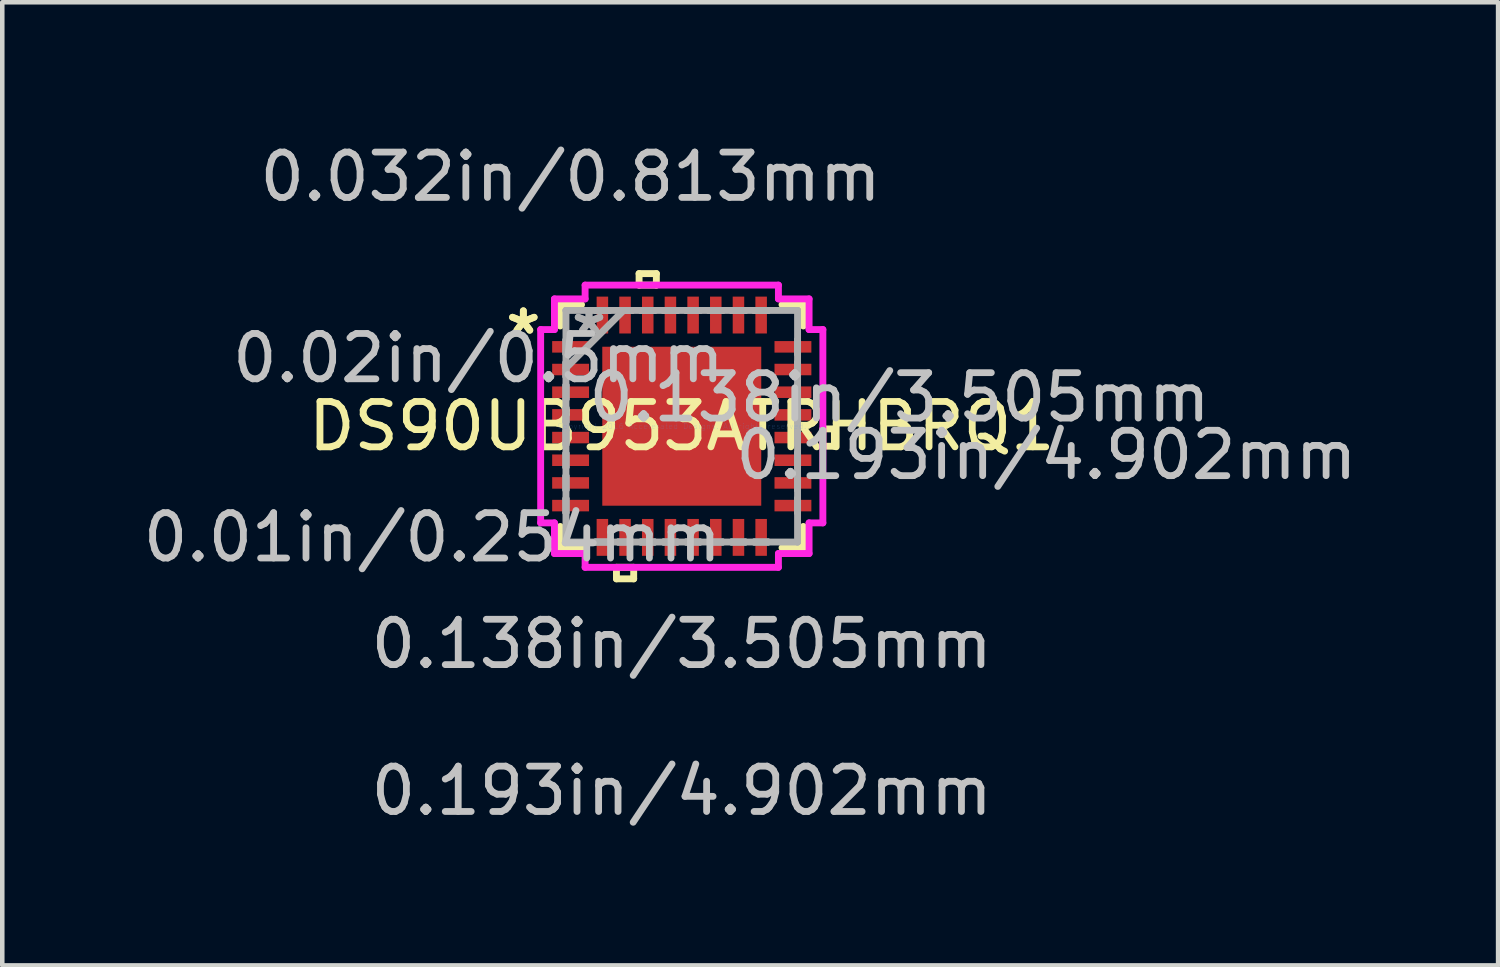
<source format=kicad_pcb>
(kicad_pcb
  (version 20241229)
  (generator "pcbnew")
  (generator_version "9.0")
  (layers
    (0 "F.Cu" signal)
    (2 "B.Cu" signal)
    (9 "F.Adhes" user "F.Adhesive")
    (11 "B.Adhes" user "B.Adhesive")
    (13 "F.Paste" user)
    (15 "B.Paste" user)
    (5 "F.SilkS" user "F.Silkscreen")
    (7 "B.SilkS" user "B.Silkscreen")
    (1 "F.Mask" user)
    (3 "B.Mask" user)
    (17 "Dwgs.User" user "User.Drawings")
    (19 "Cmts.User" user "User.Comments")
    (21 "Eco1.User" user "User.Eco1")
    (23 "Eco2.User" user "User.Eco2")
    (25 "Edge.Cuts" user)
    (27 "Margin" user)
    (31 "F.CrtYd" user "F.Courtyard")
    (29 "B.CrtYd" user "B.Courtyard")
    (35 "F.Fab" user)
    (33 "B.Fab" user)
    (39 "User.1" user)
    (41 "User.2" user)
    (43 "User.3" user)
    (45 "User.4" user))
  (footprint "DS90UB953ATRHBRQ1"
    (layer "F.Cu")
    (at 11.981 6.347)
    (property "Reference" "DS90UB953ATRHBRQ1" (at 0 0 0) (layer "F.SilkS") (effects (font (size 1 1) (thickness 0.15))))
    (attr through_hole)
    (fp_line (start -2.68 -2.68) (end -2.68 -2.21) (stroke (width 0.152) (type solid)) (layer "F.SilkS"))
    (fp_line (start -2.68 2.21) (end -2.68 2.68) (stroke (width 0.152) (type solid)) (layer "F.SilkS"))
    (fp_line (start -2.68 2.68) (end -2.21 2.68) (stroke (width 0.152) (type solid)) (layer "F.SilkS"))
    (fp_line (start -2.21 -2.68) (end -2.68 -2.68) (stroke (width 0.152) (type solid)) (layer "F.SilkS"))
    (fp_line (start -1.44 3.111) (end -1.44 3.365) (stroke (width 0.152) (type solid)) (layer "F.SilkS"))
    (fp_line (start -1.44 3.365) (end -1.06 3.365) (stroke (width 0.152) (type solid)) (layer "F.SilkS"))
    (fp_line (start -1.06 3.111) (end -1.44 3.111) (stroke (width 0.152) (type solid)) (layer "F.SilkS"))
    (fp_line (start -1.06 3.365) (end -1.06 3.111) (stroke (width 0.152) (type solid)) (layer "F.SilkS"))
    (fp_line (start -0.941 -3.365) (end -0.56 -3.365) (stroke (width 0.152) (type solid)) (layer "F.SilkS"))
    (fp_line (start -0.941 -3.111) (end -0.941 -3.365) (stroke (width 0.152) (type solid)) (layer "F.SilkS"))
    (fp_line (start -0.56 -3.365) (end -0.56 -3.111) (stroke (width 0.152) (type solid)) (layer "F.SilkS"))
    (fp_line (start -0.56 -3.111) (end -0.941 -3.111) (stroke (width 0.152) (type solid)) (layer "F.SilkS"))
    (fp_line (start 2.21 2.68) (end 2.68 2.68) (stroke (width 0.152) (type solid)) (layer "F.SilkS"))
    (fp_line (start 2.68 -2.68) (end 2.21 -2.68) (stroke (width 0.152) (type solid)) (layer "F.SilkS"))
    (fp_line (start 2.68 -2.21) (end 2.68 -2.68) (stroke (width 0.152) (type solid)) (layer "F.SilkS"))
    (fp_line (start 2.68 2.68) (end 2.68 2.21) (stroke (width 0.152) (type solid)) (layer "F.SilkS"))
    (fp_line (start 3.111 0.059) (end 3.365 0.059) (stroke (width 0.152) (type solid)) (layer "F.SilkS"))
    (fp_line (start 3.111 0.441) (end 3.111 0.059) (stroke (width 0.152) (type solid)) (layer "F.SilkS"))
    (fp_line (start 3.365 0.059) (end 3.365 0.441) (stroke (width 0.152) (type solid)) (layer "F.SilkS"))
    (fp_line (start 3.365 0.441) (end 3.111 0.441) (stroke (width 0.152) (type solid)) (layer "F.SilkS"))
    (fp_line (start -1.653 -1.653) (end -1.653 -0.1) (stroke (width 0.152) (type solid)) (layer "F.Paste"))
    (fp_line (start -1.653 -0.1) (end -0.1 -0.1) (stroke (width 0.152) (type solid)) (layer "F.Paste"))
    (fp_line (start -1.653 0.1) (end -1.653 1.653) (stroke (width 0.152) (type solid)) (layer "F.Paste"))
    (fp_line (start -1.653 1.653) (end -0.1 1.653) (stroke (width 0.152) (type solid)) (layer "F.Paste"))
    (fp_line (start -0.1 -1.653) (end -1.653 -1.653) (stroke (width 0.152) (type solid)) (layer "F.Paste"))
    (fp_line (start -0.1 -0.1) (end -0.1 -1.653) (stroke (width 0.152) (type solid)) (layer "F.Paste"))
    (fp_line (start -0.1 0.1) (end -1.653 0.1) (stroke (width 0.152) (type solid)) (layer "F.Paste"))
    (fp_line (start -0.1 1.653) (end -0.1 0.1) (stroke (width 0.152) (type solid)) (layer "F.Paste"))
    (fp_line (start 0.1 -1.653) (end 0.1 -0.1) (stroke (width 0.152) (type solid)) (layer "F.Paste"))
    (fp_line (start 0.1 -0.1) (end 1.653 -0.1) (stroke (width 0.152) (type solid)) (layer "F.Paste"))
    (fp_line (start 0.1 0.1) (end 0.1 1.653) (stroke (width 0.152) (type solid)) (layer "F.Paste"))
    (fp_line (start 0.1 1.653) (end 1.653 1.653) (stroke (width 0.152) (type solid)) (layer "F.Paste"))
    (fp_line (start 1.653 -1.653) (end 0.1 -1.653) (stroke (width 0.152) (type solid)) (layer "F.Paste"))
    (fp_line (start 1.653 -0.1) (end 1.653 -1.653) (stroke (width 0.152) (type solid)) (layer "F.Paste"))
    (fp_line (start 1.653 0.1) (end 0.1 0.1) (stroke (width 0.152) (type solid)) (layer "F.Paste"))
    (fp_line (start 1.653 1.653) (end 1.653 0.1) (stroke (width 0.152) (type solid)) (layer "F.Paste"))
    (fp_line (start -3.111 -2.131) (end -2.807 -2.131) (stroke (width 0.152) (type solid)) (layer "F.CrtYd"))
    (fp_line (start -3.111 2.131) (end -3.111 -2.131) (stroke (width 0.152) (type solid)) (layer "F.CrtYd"))
    (fp_line (start -2.807 -2.807) (end -2.131 -2.807) (stroke (width 0.152) (type solid)) (layer "F.CrtYd"))
    (fp_line (start -2.807 -2.131) (end -2.807 -2.807) (stroke (width 0.152) (type solid)) (layer "F.CrtYd"))
    (fp_line (start -2.807 2.131) (end -3.111 2.131) (stroke (width 0.152) (type solid)) (layer "F.CrtYd"))
    (fp_line (start -2.807 2.807) (end -2.807 2.131) (stroke (width 0.152) (type solid)) (layer "F.CrtYd"))
    (fp_line (start -2.131 -3.111) (end 2.131 -3.111) (stroke (width 0.152) (type solid)) (layer "F.CrtYd"))
    (fp_line (start -2.131 -2.807) (end -2.131 -3.111) (stroke (width 0.152) (type solid)) (layer "F.CrtYd"))
    (fp_line (start -2.131 2.807) (end -2.807 2.807) (stroke (width 0.152) (type solid)) (layer "F.CrtYd"))
    (fp_line (start -2.131 3.111) (end -2.131 2.807) (stroke (width 0.152) (type solid)) (layer "F.CrtYd"))
    (fp_line (start 2.131 -3.111) (end 2.131 -2.807) (stroke (width 0.152) (type solid)) (layer "F.CrtYd"))
    (fp_line (start 2.131 -2.807) (end 2.807 -2.807) (stroke (width 0.152) (type solid)) (layer "F.CrtYd"))
    (fp_line (start 2.131 2.807) (end 2.131 3.111) (stroke (width 0.152) (type solid)) (layer "F.CrtYd"))
    (fp_line (start 2.131 3.111) (end -2.131 3.111) (stroke (width 0.152) (type solid)) (layer "F.CrtYd"))
    (fp_line (start 2.807 -2.807) (end 2.807 -2.131) (stroke (width 0.152) (type solid)) (layer "F.CrtYd"))
    (fp_line (start 2.807 -2.131) (end 3.111 -2.131) (stroke (width 0.152) (type solid)) (layer "F.CrtYd"))
    (fp_line (start 2.807 2.131) (end 2.807 2.807) (stroke (width 0.152) (type solid)) (layer "F.CrtYd"))
    (fp_line (start 2.807 2.807) (end 2.131 2.807) (stroke (width 0.152) (type solid)) (layer "F.CrtYd"))
    (fp_line (start 3.111 -2.131) (end 3.111 2.131) (stroke (width 0.152) (type solid)) (layer "F.CrtYd"))
    (fp_line (start 3.111 2.131) (end 2.807 2.131) (stroke (width 0.152) (type solid)) (layer "F.CrtYd"))
    (fp_line (start -2.553 -2.553) (end -2.553 -2.553) (stroke (width 0.152) (type solid)) (layer "F.Fab"))
    (fp_line (start -2.553 -2.553) (end -2.553 2.553) (stroke (width 0.152) (type solid)) (layer "F.Fab"))
    (fp_line (start -2.553 -1.902) (end -2.553 -1.902) (stroke (width 0.152) (type solid)) (layer "F.Fab"))
    (fp_line (start -2.553 -1.902) (end -2.553 -1.598) (stroke (width 0.152) (type solid)) (layer "F.Fab"))
    (fp_line (start -2.553 -1.598) (end -2.553 -1.902) (stroke (width 0.152) (type solid)) (layer "F.Fab"))
    (fp_line (start -2.553 -1.598) (end -2.553 -1.598) (stroke (width 0.152) (type solid)) (layer "F.Fab"))
    (fp_line (start -2.553 -1.402) (end -2.553 -1.402) (stroke (width 0.152) (type solid)) (layer "F.Fab"))
    (fp_line (start -2.553 -1.402) (end -2.553 -1.098) (stroke (width 0.152) (type solid)) (layer "F.Fab"))
    (fp_line (start -2.553 -1.283) (end -1.283 -2.553) (stroke (width 0.152) (type solid)) (layer "F.Fab"))
    (fp_line (start -2.553 -1.098) (end -2.553 -1.402) (stroke (width 0.152) (type solid)) (layer "F.Fab"))
    (fp_line (start -2.553 -1.098) (end -2.553 -1.098) (stroke (width 0.152) (type solid)) (layer "F.Fab"))
    (fp_line (start -2.553 -0.902) (end -2.553 -0.902) (stroke (width 0.152) (type solid)) (layer "F.Fab"))
    (fp_line (start -2.553 -0.902) (end -2.553 -0.598) (stroke (width 0.152) (type solid)) (layer "F.Fab"))
    (fp_line (start -2.553 -0.598) (end -2.553 -0.902) (stroke (width 0.152) (type solid)) (layer "F.Fab"))
    (fp_line (start -2.553 -0.598) (end -2.553 -0.598) (stroke (width 0.152) (type solid)) (layer "F.Fab"))
    (fp_line (start -2.553 -0.402) (end -2.553 -0.402) (stroke (width 0.152) (type solid)) (layer "F.Fab"))
    (fp_line (start -2.553 -0.402) (end -2.553 -0.098) (stroke (width 0.152) (type solid)) (layer "F.Fab"))
    (fp_line (start -2.553 -0.098) (end -2.553 -0.402) (stroke (width 0.152) (type solid)) (layer "F.Fab"))
    (fp_line (start -2.553 -0.098) (end -2.553 -0.098) (stroke (width 0.152) (type solid)) (layer "F.Fab"))
    (fp_line (start -2.553 0.098) (end -2.553 0.098) (stroke (width 0.152) (type solid)) (layer "F.Fab"))
    (fp_line (start -2.553 0.098) (end -2.553 0.402) (stroke (width 0.152) (type solid)) (layer "F.Fab"))
    (fp_line (start -2.553 0.402) (end -2.553 0.098) (stroke (width 0.152) (type solid)) (layer "F.Fab"))
    (fp_line (start -2.553 0.402) (end -2.553 0.402) (stroke (width 0.152) (type solid)) (layer "F.Fab"))
    (fp_line (start -2.553 0.598) (end -2.553 0.598) (stroke (width 0.152) (type solid)) (layer "F.Fab"))
    (fp_line (start -2.553 0.598) (end -2.553 0.902) (stroke (width 0.152) (type solid)) (layer "F.Fab"))
    (fp_line (start -2.553 0.902) (end -2.553 0.598) (stroke (width 0.152) (type solid)) (layer "F.Fab"))
    (fp_line (start -2.553 0.902) (end -2.553 0.902) (stroke (width 0.152) (type solid)) (layer "F.Fab"))
    (fp_line (start -2.553 1.098) (end -2.553 1.098) (stroke (width 0.152) (type solid)) (layer "F.Fab"))
    (fp_line (start -2.553 1.098) (end -2.553 1.402) (stroke (width 0.152) (type solid)) (layer "F.Fab"))
    (fp_line (start -2.553 1.402) (end -2.553 1.098) (stroke (width 0.152) (type solid)) (layer "F.Fab"))
    (fp_line (start -2.553 1.402) (end -2.553 1.402) (stroke (width 0.152) (type solid)) (layer "F.Fab"))
    (fp_line (start -2.553 1.598) (end -2.553 1.598) (stroke (width 0.152) (type solid)) (layer "F.Fab"))
    (fp_line (start -2.553 1.598) (end -2.553 1.902) (stroke (width 0.152) (type solid)) (layer "F.Fab"))
    (fp_line (start -2.553 1.902) (end -2.553 1.598) (stroke (width 0.152) (type solid)) (layer "F.Fab"))
    (fp_line (start -2.553 1.902) (end -2.553 1.902) (stroke (width 0.152) (type solid)) (layer "F.Fab"))
    (fp_line (start -2.553 2.553) (end -2.553 2.553) (stroke (width 0.152) (type solid)) (layer "F.Fab"))
    (fp_line (start -2.553 2.553) (end 2.553 2.553) (stroke (width 0.152) (type solid)) (layer "F.Fab"))
    (fp_line (start -1.902 -2.553) (end -1.902 -2.553) (stroke (width 0.152) (type solid)) (layer "F.Fab"))
    (fp_line (start -1.902 -2.553) (end -1.598 -2.553) (stroke (width 0.152) (type solid)) (layer "F.Fab"))
    (fp_line (start -1.902 2.553) (end -1.902 2.553) (stroke (width 0.152) (type solid)) (layer "F.Fab"))
    (fp_line (start -1.902 2.553) (end -1.598 2.553) (stroke (width 0.152) (type solid)) (layer "F.Fab"))
    (fp_line (start -1.598 -2.553) (end -1.902 -2.553) (stroke (width 0.152) (type solid)) (layer "F.Fab"))
    (fp_line (start -1.598 -2.553) (end -1.598 -2.553) (stroke (width 0.152) (type solid)) (layer "F.Fab"))
    (fp_line (start -1.598 2.553) (end -1.902 2.553) (stroke (width 0.152) (type solid)) (layer "F.Fab"))
    (fp_line (start -1.598 2.553) (end -1.598 2.553) (stroke (width 0.152) (type solid)) (layer "F.Fab"))
    (fp_line (start -1.402 -2.553) (end -1.402 -2.553) (stroke (width 0.152) (type solid)) (layer "F.Fab"))
    (fp_line (start -1.402 -2.553) (end -1.098 -2.553) (stroke (width 0.152) (type solid)) (layer "F.Fab"))
    (fp_line (start -1.402 2.553) (end -1.402 2.553) (stroke (width 0.152) (type solid)) (layer "F.Fab"))
    (fp_line (start -1.402 2.553) (end -1.098 2.553) (stroke (width 0.152) (type solid)) (layer "F.Fab"))
    (fp_line (start -1.098 -2.553) (end -1.402 -2.553) (stroke (width 0.152) (type solid)) (layer "F.Fab"))
    (fp_line (start -1.098 -2.553) (end -1.098 -2.553) (stroke (width 0.152) (type solid)) (layer "F.Fab"))
    (fp_line (start -1.098 2.553) (end -1.402 2.553) (stroke (width 0.152) (type solid)) (layer "F.Fab"))
    (fp_line (start -1.098 2.553) (end -1.098 2.553) (stroke (width 0.152) (type solid)) (layer "F.Fab"))
    (fp_line (start -0.902 -2.553) (end -0.902 -2.553) (stroke (width 0.152) (type solid)) (layer "F.Fab"))
    (fp_line (start -0.902 -2.553) (end -0.598 -2.553) (stroke (width 0.152) (type solid)) (layer "F.Fab"))
    (fp_line (start -0.902 2.553) (end -0.902 2.553) (stroke (width 0.152) (type solid)) (layer "F.Fab"))
    (fp_line (start -0.902 2.553) (end -0.598 2.553) (stroke (width 0.152) (type solid)) (layer "F.Fab"))
    (fp_line (start -0.598 -2.553) (end -0.902 -2.553) (stroke (width 0.152) (type solid)) (layer "F.Fab"))
    (fp_line (start -0.598 -2.553) (end -0.598 -2.553) (stroke (width 0.152) (type solid)) (layer "F.Fab"))
    (fp_line (start -0.598 2.553) (end -0.902 2.553) (stroke (width 0.152) (type solid)) (layer "F.Fab"))
    (fp_line (start -0.598 2.553) (end -0.598 2.553) (stroke (width 0.152) (type solid)) (layer "F.Fab"))
    (fp_line (start -0.402 -2.553) (end -0.402 -2.553) (stroke (width 0.152) (type solid)) (layer "F.Fab"))
    (fp_line (start -0.402 -2.553) (end -0.098 -2.553) (stroke (width 0.152) (type solid)) (layer "F.Fab"))
    (fp_line (start -0.402 2.553) (end -0.402 2.553) (stroke (width 0.152) (type solid)) (layer "F.Fab"))
    (fp_line (start -0.402 2.553) (end -0.098 2.553) (stroke (width 0.152) (type solid)) (layer "F.Fab"))
    (fp_line (start -0.098 -2.553) (end -0.402 -2.553) (stroke (width 0.152) (type solid)) (layer "F.Fab"))
    (fp_line (start -0.098 -2.553) (end -0.098 -2.553) (stroke (width 0.152) (type solid)) (layer "F.Fab"))
    (fp_line (start -0.098 2.553) (end -0.402 2.553) (stroke (width 0.152) (type solid)) (layer "F.Fab"))
    (fp_line (start -0.098 2.553) (end -0.098 2.553) (stroke (width 0.152) (type solid)) (layer "F.Fab"))
    (fp_line (start 0.098 -2.553) (end 0.098 -2.553) (stroke (width 0.152) (type solid)) (layer "F.Fab"))
    (fp_line (start 0.098 -2.553) (end 0.402 -2.553) (stroke (width 0.152) (type solid)) (layer "F.Fab"))
    (fp_line (start 0.098 2.553) (end 0.098 2.553) (stroke (width 0.152) (type solid)) (layer "F.Fab"))
    (fp_line (start 0.098 2.553) (end 0.402 2.553) (stroke (width 0.152) (type solid)) (layer "F.Fab"))
    (fp_line (start 0.402 -2.553) (end 0.098 -2.553) (stroke (width 0.152) (type solid)) (layer "F.Fab"))
    (fp_line (start 0.402 -2.553) (end 0.402 -2.553) (stroke (width 0.152) (type solid)) (layer "F.Fab"))
    (fp_line (start 0.402 2.553) (end 0.098 2.553) (stroke (width 0.152) (type solid)) (layer "F.Fab"))
    (fp_line (start 0.402 2.553) (end 0.402 2.553) (stroke (width 0.152) (type solid)) (layer "F.Fab"))
    (fp_line (start 0.598 -2.553) (end 0.598 -2.553) (stroke (width 0.152) (type solid)) (layer "F.Fab"))
    (fp_line (start 0.598 -2.553) (end 0.902 -2.553) (stroke (width 0.152) (type solid)) (layer "F.Fab"))
    (fp_line (start 0.598 2.553) (end 0.598 2.553) (stroke (width 0.152) (type solid)) (layer "F.Fab"))
    (fp_line (start 0.598 2.553) (end 0.902 2.553) (stroke (width 0.152) (type solid)) (layer "F.Fab"))
    (fp_line (start 0.902 -2.553) (end 0.598 -2.553) (stroke (width 0.152) (type solid)) (layer "F.Fab"))
    (fp_line (start 0.902 -2.553) (end 0.902 -2.553) (stroke (width 0.152) (type solid)) (layer "F.Fab"))
    (fp_line (start 0.902 2.553) (end 0.598 2.553) (stroke (width 0.152) (type solid)) (layer "F.Fab"))
    (fp_line (start 0.902 2.553) (end 0.902 2.553) (stroke (width 0.152) (type solid)) (layer "F.Fab"))
    (fp_line (start 1.098 -2.553) (end 1.098 -2.553) (stroke (width 0.152) (type solid)) (layer "F.Fab"))
    (fp_line (start 1.098 -2.553) (end 1.402 -2.553) (stroke (width 0.152) (type solid)) (layer "F.Fab"))
    (fp_line (start 1.098 2.553) (end 1.098 2.553) (stroke (width 0.152) (type solid)) (layer "F.Fab"))
    (fp_line (start 1.098 2.553) (end 1.402 2.553) (stroke (width 0.152) (type solid)) (layer "F.Fab"))
    (fp_line (start 1.402 -2.553) (end 1.098 -2.553) (stroke (width 0.152) (type solid)) (layer "F.Fab"))
    (fp_line (start 1.402 -2.553) (end 1.402 -2.553) (stroke (width 0.152) (type solid)) (layer "F.Fab"))
    (fp_line (start 1.402 2.553) (end 1.098 2.553) (stroke (width 0.152) (type solid)) (layer "F.Fab"))
    (fp_line (start 1.402 2.553) (end 1.402 2.553) (stroke (width 0.152) (type solid)) (layer "F.Fab"))
    (fp_line (start 1.598 -2.553) (end 1.598 -2.553) (stroke (width 0.152) (type solid)) (layer "F.Fab"))
    (fp_line (start 1.598 -2.553) (end 1.902 -2.553) (stroke (width 0.152) (type solid)) (layer "F.Fab"))
    (fp_line (start 1.598 2.553) (end 1.598 2.553) (stroke (width 0.152) (type solid)) (layer "F.Fab"))
    (fp_line (start 1.598 2.553) (end 1.902 2.553) (stroke (width 0.152) (type solid)) (layer "F.Fab"))
    (fp_line (start 1.902 -2.553) (end 1.598 -2.553) (stroke (width 0.152) (type solid)) (layer "F.Fab"))
    (fp_line (start 1.902 -2.553) (end 1.902 -2.553) (stroke (width 0.152) (type solid)) (layer "F.Fab"))
    (fp_line (start 1.902 2.553) (end 1.598 2.553) (stroke (width 0.152) (type solid)) (layer "F.Fab"))
    (fp_line (start 1.902 2.553) (end 1.902 2.553) (stroke (width 0.152) (type solid)) (layer "F.Fab"))
    (fp_line (start 2.553 -2.553) (end -2.553 -2.553) (stroke (width 0.152) (type solid)) (layer "F.Fab"))
    (fp_line (start 2.553 -2.553) (end 2.553 -2.553) (stroke (width 0.152) (type solid)) (layer "F.Fab"))
    (fp_line (start 2.553 -1.902) (end 2.553 -1.902) (stroke (width 0.152) (type solid)) (layer "F.Fab"))
    (fp_line (start 2.553 -1.902) (end 2.553 -1.598) (stroke (width 0.152) (type solid)) (layer "F.Fab"))
    (fp_line (start 2.553 -1.598) (end 2.553 -1.902) (stroke (width 0.152) (type solid)) (layer "F.Fab"))
    (fp_line (start 2.553 -1.598) (end 2.553 -1.598) (stroke (width 0.152) (type solid)) (layer "F.Fab"))
    (fp_line (start 2.553 -1.402) (end 2.553 -1.402) (stroke (width 0.152) (type solid)) (layer "F.Fab"))
    (fp_line (start 2.553 -1.402) (end 2.553 -1.098) (stroke (width 0.152) (type solid)) (layer "F.Fab"))
    (fp_line (start 2.553 -1.098) (end 2.553 -1.402) (stroke (width 0.152) (type solid)) (layer "F.Fab"))
    (fp_line (start 2.553 -1.098) (end 2.553 -1.098) (stroke (width 0.152) (type solid)) (layer "F.Fab"))
    (fp_line (start 2.553 -0.902) (end 2.553 -0.902) (stroke (width 0.152) (type solid)) (layer "F.Fab"))
    (fp_line (start 2.553 -0.902) (end 2.553 -0.598) (stroke (width 0.152) (type solid)) (layer "F.Fab"))
    (fp_line (start 2.553 -0.598) (end 2.553 -0.902) (stroke (width 0.152) (type solid)) (layer "F.Fab"))
    (fp_line (start 2.553 -0.598) (end 2.553 -0.598) (stroke (width 0.152) (type solid)) (layer "F.Fab"))
    (fp_line (start 2.553 -0.402) (end 2.553 -0.402) (stroke (width 0.152) (type solid)) (layer "F.Fab"))
    (fp_line (start 2.553 -0.402) (end 2.553 -0.098) (stroke (width 0.152) (type solid)) (layer "F.Fab"))
    (fp_line (start 2.553 -0.098) (end 2.553 -0.402) (stroke (width 0.152) (type solid)) (layer "F.Fab"))
    (fp_line (start 2.553 -0.098) (end 2.553 -0.098) (stroke (width 0.152) (type solid)) (layer "F.Fab"))
    (fp_line (start 2.553 0.098) (end 2.553 0.098) (stroke (width 0.152) (type solid)) (layer "F.Fab"))
    (fp_line (start 2.553 0.098) (end 2.553 0.402) (stroke (width 0.152) (type solid)) (layer "F.Fab"))
    (fp_line (start 2.553 0.402) (end 2.553 0.098) (stroke (width 0.152) (type solid)) (layer "F.Fab"))
    (fp_line (start 2.553 0.402) (end 2.553 0.402) (stroke (width 0.152) (type solid)) (layer "F.Fab"))
    (fp_line (start 2.553 0.598) (end 2.553 0.598) (stroke (width 0.152) (type solid)) (layer "F.Fab"))
    (fp_line (start 2.553 0.598) (end 2.553 0.902) (stroke (width 0.152) (type solid)) (layer "F.Fab"))
    (fp_line (start 2.553 0.902) (end 2.553 0.598) (stroke (width 0.152) (type solid)) (layer "F.Fab"))
    (fp_line (start 2.553 0.902) (end 2.553 0.902) (stroke (width 0.152) (type solid)) (layer "F.Fab"))
    (fp_line (start 2.553 1.098) (end 2.553 1.098) (stroke (width 0.152) (type solid)) (layer "F.Fab"))
    (fp_line (start 2.553 1.098) (end 2.553 1.402) (stroke (width 0.152) (type solid)) (layer "F.Fab"))
    (fp_line (start 2.553 1.402) (end 2.553 1.098) (stroke (width 0.152) (type solid)) (layer "F.Fab"))
    (fp_line (start 2.553 1.402) (end 2.553 1.402) (stroke (width 0.152) (type solid)) (layer "F.Fab"))
    (fp_line (start 2.553 1.598) (end 2.553 1.598) (stroke (width 0.152) (type solid)) (layer "F.Fab"))
    (fp_line (start 2.553 1.598) (end 2.553 1.902) (stroke (width 0.152) (type solid)) (layer "F.Fab"))
    (fp_line (start 2.553 1.902) (end 2.553 1.598) (stroke (width 0.152) (type solid)) (layer "F.Fab"))
    (fp_line (start 2.553 1.902) (end 2.553 1.902) (stroke (width 0.152) (type solid)) (layer "F.Fab"))
    (fp_line (start 2.553 2.553) (end 2.553 -2.553) (stroke (width 0.152) (type solid)) (layer "F.Fab"))
    (fp_line (start 2.553 2.553) (end 2.553 2.553) (stroke (width 0.152) (type solid)) (layer "F.Fab"))
    (fp_text user "*" (at -3.493 -2 0) (layer "F.SilkS") (effects (font (size 1 1) (thickness 0.15))))
    (fp_text user "*" (at -3.493 -2 0) (layer "F.SilkS") (effects (font (size 1 1) (thickness 0.15))))
    (fp_text user "0.01in/0.254mm" (at -5.499 2.451 0) (layer "Dwgs.User") (effects (font (size 1 1) (thickness 0.15))))
    (fp_text user "0.032in/0.813mm" (at -2.451 -5.499 0) (layer "Dwgs.User") (effects (font (size 1 1) (thickness 0.15))))
    (fp_text user "0.138in/3.505mm" (at 4.801 -0.635 0) (layer "Dwgs.User") (effects (font (size 1 1) (thickness 0.15))))
    (fp_text user "0.02in/0.5mm" (at -4.483 -1.5 0) (layer "Dwgs.User") (effects (font (size 1 1) (thickness 0.15))))
    (fp_text user "0.193in/4.902mm" (at 8.039 0.635 0) (layer "Dwgs.User") (effects (font (size 1 1) (thickness 0.15))))
    (fp_text user "0.138in/3.505mm" (at 0 4.801 0) (layer "Dwgs.User") (effects (font (size 1 1) (thickness 0.15))))
    (fp_text user "0.193in/4.902mm" (at 0 8.039 0) (layer "Dwgs.User") (effects (font (size 1 1) (thickness 0.15))))
    (fp_text user "Copyright 2016 Accelerated Designs. All rights reserved." (at 0 0 0) (layer "Cmts.User") (effects (font (size 0.127 0.127) (thickness 0.002))))
    (fp_text user "*" (at -2.045 -2 0) (layer "F.Fab") (effects (font (size 1 1) (thickness 0.15))))
    (fp_text user "*" (at -2.045 -2 0) (layer "F.Fab") (effects (font (size 1 1) (thickness 0.15))))
    (pad "1" smd rect (at -2.451 -1.75 90) (size 0.254 0.813) (layers "F.Cu" "F.Mask" "F.Paste"))
    (pad "2" smd rect (at -2.451 -1.25 90) (size 0.254 0.813) (layers "F.Cu" "F.Mask" "F.Paste"))
    (pad "3" smd rect (at -2.451 -0.75 90) (size 0.254 0.813) (layers "F.Cu" "F.Mask" "F.Paste"))
    (pad "4" smd rect (at -2.451 -0.25 90) (size 0.254 0.813) (layers "F.Cu" "F.Mask" "F.Paste"))
    (pad "5" smd rect (at -2.451 0.25 90) (size 0.254 0.813) (layers "F.Cu" "F.Mask" "F.Paste"))
    (pad "6" smd rect (at -2.451 0.75 90) (size 0.254 0.813) (layers "F.Cu" "F.Mask" "F.Paste"))
    (pad "7" smd rect (at -2.451 1.25 90) (size 0.254 0.813) (layers "F.Cu" "F.Mask" "F.Paste"))
    (pad "8" smd rect (at -2.451 1.75 90) (size 0.254 0.813) (layers "F.Cu" "F.Mask" "F.Paste"))
    (pad "9" smd rect (at -1.75 2.451) (size 0.254 0.813) (layers "F.Cu" "F.Mask" "F.Paste"))
    (pad "10" smd rect (at -1.25 2.451) (size 0.254 0.813) (layers "F.Cu" "F.Mask" "F.Paste"))
    (pad "11" smd rect (at -0.75 2.451) (size 0.254 0.813) (layers "F.Cu" "F.Mask" "F.Paste"))
    (pad "12" smd rect (at -0.25 2.451) (size 0.254 0.813) (layers "F.Cu" "F.Mask" "F.Paste"))
    (pad "13" smd rect (at 0.25 2.451) (size 0.254 0.813) (layers "F.Cu" "F.Mask" "F.Paste"))
    (pad "14" smd rect (at 0.75 2.451) (size 0.254 0.813) (layers "F.Cu" "F.Mask" "F.Paste"))
    (pad "15" smd rect (at 1.25 2.451) (size 0.254 0.813) (layers "F.Cu" "F.Mask" "F.Paste"))
    (pad "16" smd rect (at 1.75 2.451) (size 0.254 0.813) (layers "F.Cu" "F.Mask" "F.Paste"))
    (pad "17" smd rect (at 2.451 1.75 90) (size 0.254 0.813) (layers "F.Cu" "F.Mask" "F.Paste"))
    (pad "18" smd rect (at 2.451 1.25 90) (size 0.254 0.813) (layers "F.Cu" "F.Mask" "F.Paste"))
    (pad "19" smd rect (at 2.451 0.75 90) (size 0.254 0.813) (layers "F.Cu" "F.Mask" "F.Paste"))
    (pad "20" smd rect (at 2.451 0.25 90) (size 0.254 0.813) (layers "F.Cu" "F.Mask" "F.Paste"))
    (pad "21" smd rect (at 2.451 -0.25 90) (size 0.254 0.813) (layers "F.Cu" "F.Mask" "F.Paste"))
    (pad "22" smd rect (at 2.451 -0.75 90) (size 0.254 0.813) (layers "F.Cu" "F.Mask" "F.Paste"))
    (pad "23" smd rect (at 2.451 -1.25 90) (size 0.254 0.813) (layers "F.Cu" "F.Mask" "F.Paste"))
    (pad "24" smd rect (at 2.451 -1.75 90) (size 0.254 0.813) (layers "F.Cu" "F.Mask" "F.Paste"))
    (pad "25" smd rect (at 1.75 -2.451) (size 0.254 0.813) (layers "F.Cu" "F.Mask" "F.Paste"))
    (pad "26" smd rect (at 1.25 -2.451) (size 0.254 0.813) (layers "F.Cu" "F.Mask" "F.Paste"))
    (pad "27" smd rect (at 0.75 -2.451) (size 0.254 0.813) (layers "F.Cu" "F.Mask" "F.Paste"))
    (pad "28" smd rect (at 0.25 -2.451) (size 0.254 0.813) (layers "F.Cu" "F.Mask" "F.Paste"))
    (pad "29" smd rect (at -0.25 -2.451) (size 0.254 0.813) (layers "F.Cu" "F.Mask" "F.Paste"))
    (pad "30" smd rect (at -0.75 -2.451) (size 0.254 0.813) (layers "F.Cu" "F.Mask" "F.Paste"))
    (pad "31" smd rect (at -1.25 -2.451) (size 0.254 0.813) (layers "F.Cu" "F.Mask" "F.Paste"))
    (pad "32" smd rect (at -1.75 -2.451) (size 0.254 0.813) (layers "F.Cu" "F.Mask" "F.Paste"))
    (pad "33" smd rect (at 0 0) (size 3.505 3.505) (layers "F.Cu" "F.Mask" "F.Paste")))
  (gr_rect
    (start -3 -3)
    (end 29.979 18.235)
    (stroke (width 0.1) (type default))
    (fill no)
    (layer "Edge.Cuts")))
</source>
